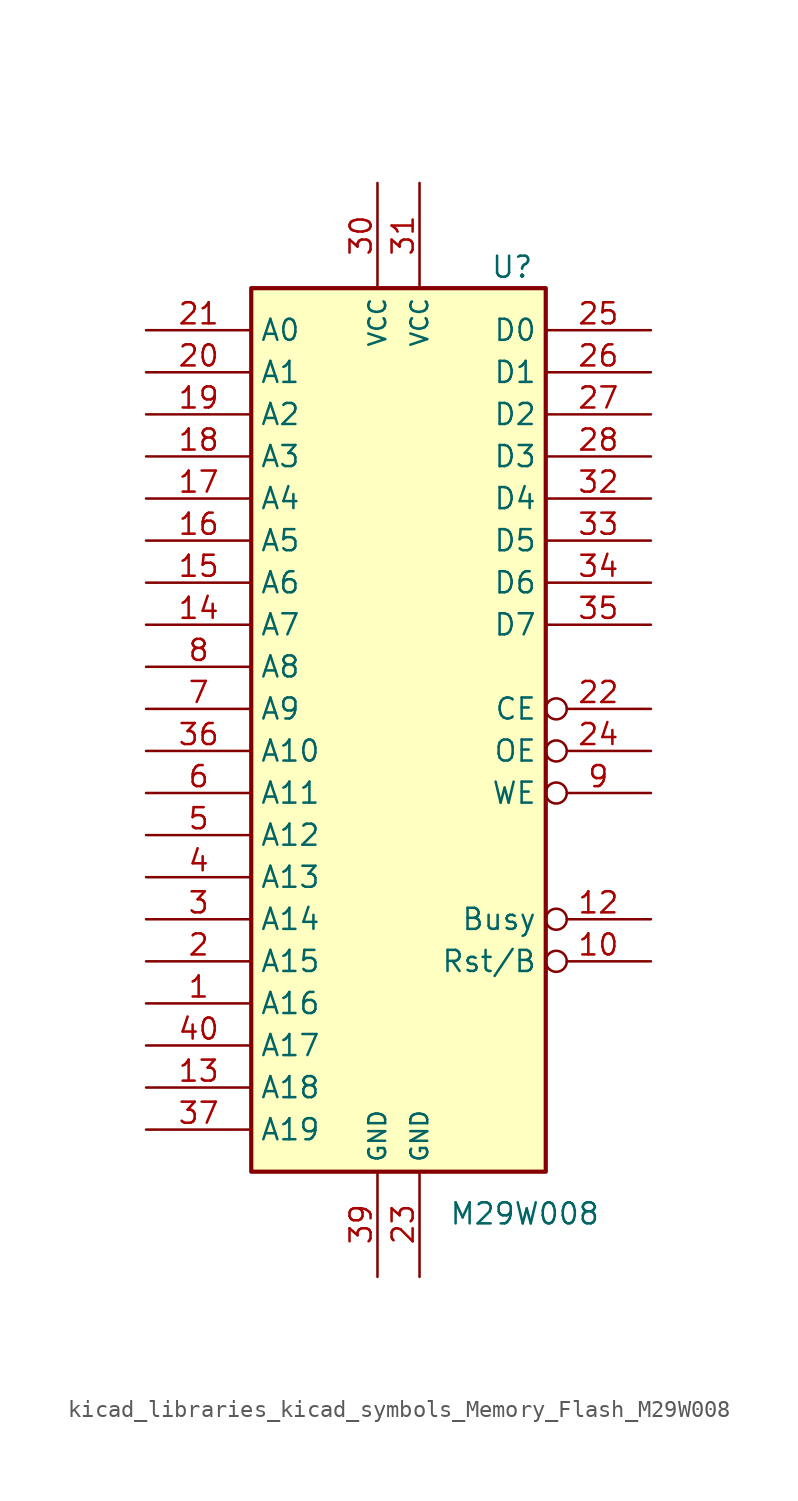
<source format=kicad_sym>
(kicad_symbol_lib
  (version 20220914)
  (generator kicad_symbol_editor)
  (symbol "kicad_libraries_kicad_symbols_Memory_Flash_M29W008"
    (property "Reference" "U"
      (at 6.858 27.94 0)
      (effects (font (size 1.27 1.27))))
    (property "Value" "M29W008"
      (at 7.62 -29.21 0)
      (effects (font (size 1.27 1.27))))
    (symbol "kicad_libraries_kicad_symbols_Memory_Flash_M29W008_0_1"
      (rectangle (start -8.89 26.67) (end 8.89 -26.67) (stroke (width 0.254) (type default)) (fill (type background))))
    (symbol "kicad_libraries_kicad_symbols_Memory_Flash_M29W008_1_1"
      (pin input line (at -15.24 -16.51 0) (length 6.35) (name "A16" (effects (font (size 1.27 1.27)))) (number "1" (effects (font (size 1.27 1.27)))))
      (pin input inverted (at 15.24 -13.97 180) (length 6.35) (name "Rst/B" (effects (font (size 1.27 1.27)))) (number "10" (effects (font (size 1.27 1.27)))))
      (pin output inverted (at 15.24 -11.43 180) (length 6.35) (name "Busy" (effects (font (size 1.27 1.27)))) (number "12" (effects (font (size 1.27 1.27)))))
      (pin input line (at -15.24 -21.59 0) (length 6.35) (name "A18" (effects (font (size 1.27 1.27)))) (number "13" (effects (font (size 1.27 1.27)))))
      (pin input line (at -15.24 6.35 0) (length 6.35) (name "A7" (effects (font (size 1.27 1.27)))) (number "14" (effects (font (size 1.27 1.27)))))
      (pin input line (at -15.24 8.89 0) (length 6.35) (name "A6" (effects (font (size 1.27 1.27)))) (number "15" (effects (font (size 1.27 1.27)))))
      (pin input line (at -15.24 11.43 0) (length 6.35) (name "A5" (effects (font (size 1.27 1.27)))) (number "16" (effects (font (size 1.27 1.27)))))
      (pin input line (at -15.24 13.97 0) (length 6.35) (name "A4" (effects (font (size 1.27 1.27)))) (number "17" (effects (font (size 1.27 1.27)))))
      (pin input line (at -15.24 16.51 0) (length 6.35) (name "A3" (effects (font (size 1.27 1.27)))) (number "18" (effects (font (size 1.27 1.27)))))
      (pin input line (at -15.24 19.05 0) (length 6.35) (name "A2" (effects (font (size 1.27 1.27)))) (number "19" (effects (font (size 1.27 1.27)))))
      (pin input line (at -15.24 -13.97 0) (length 6.35) (name "A15" (effects (font (size 1.27 1.27)))) (number "2" (effects (font (size 1.27 1.27)))))
      (pin input line (at -15.24 21.59 0) (length 6.35) (name "A1" (effects (font (size 1.27 1.27)))) (number "20" (effects (font (size 1.27 1.27)))))
      (pin input line (at -15.24 24.13 0) (length 6.35) (name "A0" (effects (font (size 1.27 1.27)))) (number "21" (effects (font (size 1.27 1.27)))))
      (pin input inverted (at 15.24 1.27 180) (length 6.35) (name "CE" (effects (font (size 1.27 1.27)))) (number "22" (effects (font (size 1.27 1.27)))))
      (pin power_in line (at 1.27 -33.02 90) (length 6.35) (name "GND" (effects (font (size 1.016 1.016)))) (number "23" (effects (font (size 1.27 1.27)))))
      (pin input inverted (at 15.24 -1.27 180) (length 6.35) (name "OE" (effects (font (size 1.27 1.27)))) (number "24" (effects (font (size 1.27 1.27)))))
      (pin tri_state line (at 15.24 24.13 180) (length 6.35) (name "D0" (effects (font (size 1.27 1.27)))) (number "25" (effects (font (size 1.27 1.27)))))
      (pin tri_state line (at 15.24 21.59 180) (length 6.35) (name "D1" (effects (font (size 1.27 1.27)))) (number "26" (effects (font (size 1.27 1.27)))))
      (pin tri_state line (at 15.24 19.05 180) (length 6.35) (name "D2" (effects (font (size 1.27 1.27)))) (number "27" (effects (font (size 1.27 1.27)))))
      (pin tri_state line (at 15.24 16.51 180) (length 6.35) (name "D3" (effects (font (size 1.27 1.27)))) (number "28" (effects (font (size 1.27 1.27)))))
      (pin input line (at -15.24 -11.43 0) (length 6.35) (name "A14" (effects (font (size 1.27 1.27)))) (number "3" (effects (font (size 1.27 1.27)))))
      (pin power_in line (at -1.27 33.02 270) (length 6.35) (name "VCC" (effects (font (size 1.016 1.016)))) (number "30" (effects (font (size 1.27 1.27)))))
      (pin power_in line (at 1.27 33.02 270) (length 6.35) (name "VCC" (effects (font (size 1.016 1.016)))) (number "31" (effects (font (size 1.27 1.27)))))
      (pin tri_state line (at 15.24 13.97 180) (length 6.35) (name "D4" (effects (font (size 1.27 1.27)))) (number "32" (effects (font (size 1.27 1.27)))))
      (pin tri_state line (at 15.24 11.43 180) (length 6.35) (name "D5" (effects (font (size 1.27 1.27)))) (number "33" (effects (font (size 1.27 1.27)))))
      (pin tri_state line (at 15.24 8.89 180) (length 6.35) (name "D6" (effects (font (size 1.27 1.27)))) (number "34" (effects (font (size 1.27 1.27)))))
      (pin tri_state line (at 15.24 6.35 180) (length 6.35) (name "D7" (effects (font (size 1.27 1.27)))) (number "35" (effects (font (size 1.27 1.27)))))
      (pin input line (at -15.24 -1.27 0) (length 6.35) (name "A10" (effects (font (size 1.27 1.27)))) (number "36" (effects (font (size 1.27 1.27)))))
      (pin input line (at -15.24 -24.13 0) (length 6.35) (name "A19" (effects (font (size 1.27 1.27)))) (number "37" (effects (font (size 1.27 1.27)))))
      (pin power_in line (at -1.27 -33.02 90) (length 6.35) (name "GND" (effects (font (size 1.016 1.016)))) (number "39" (effects (font (size 1.27 1.27)))))
      (pin input line (at -15.24 -8.89 0) (length 6.35) (name "A13" (effects (font (size 1.27 1.27)))) (number "4" (effects (font (size 1.27 1.27)))))
      (pin input line (at -15.24 -19.05 0) (length 6.35) (name "A17" (effects (font (size 1.27 1.27)))) (number "40" (effects (font (size 1.27 1.27)))))
      (pin input line (at -15.24 -6.35 0) (length 6.35) (name "A12" (effects (font (size 1.27 1.27)))) (number "5" (effects (font (size 1.27 1.27)))))
      (pin input line (at -15.24 -3.81 0) (length 6.35) (name "A11" (effects (font (size 1.27 1.27)))) (number "6" (effects (font (size 1.27 1.27)))))
      (pin input line (at -15.24 1.27 0) (length 6.35) (name "A9" (effects (font (size 1.27 1.27)))) (number "7" (effects (font (size 1.27 1.27)))))
      (pin input line (at -15.24 3.81 0) (length 6.35) (name "A8" (effects (font (size 1.27 1.27)))) (number "8" (effects (font (size 1.27 1.27)))))
      (pin input inverted (at 15.24 -3.81 180) (length 6.35) (name "WE" (effects (font (size 1.27 1.27)))) (number "9" (effects (font (size 1.27 1.27))))))))
</source>
